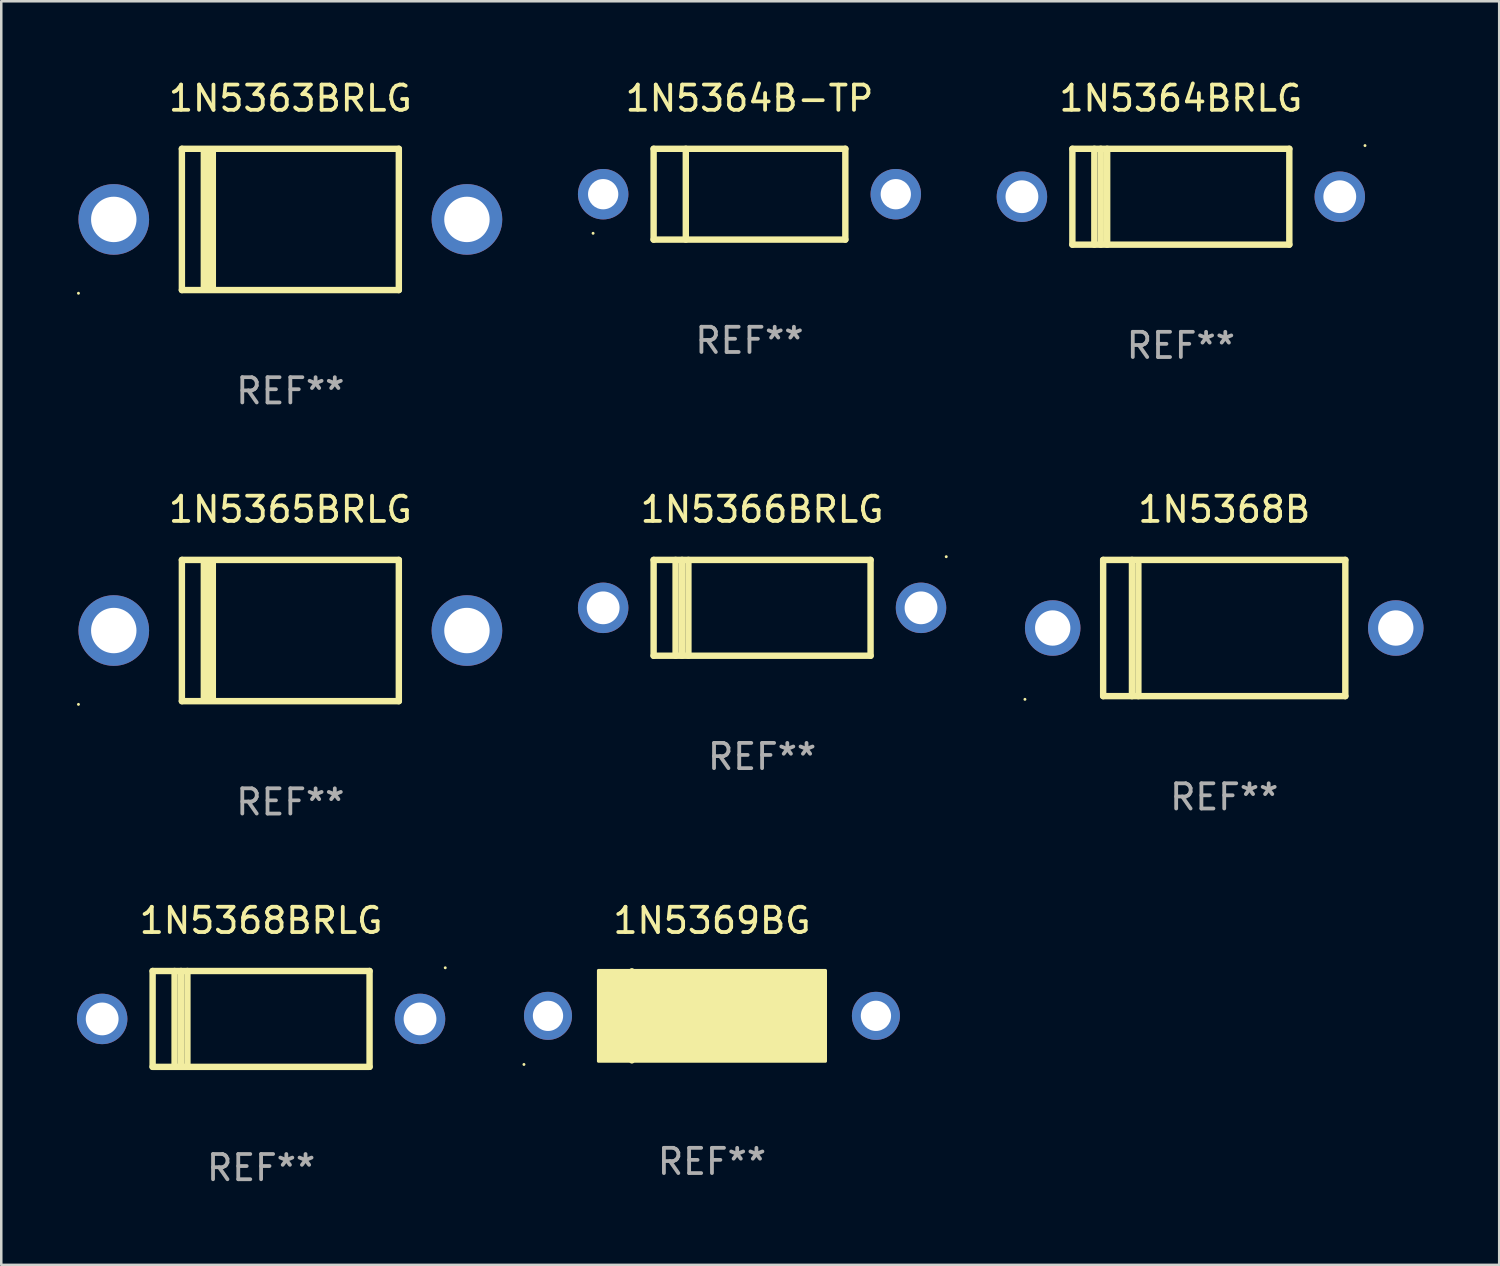
<source format=kicad_pcb>
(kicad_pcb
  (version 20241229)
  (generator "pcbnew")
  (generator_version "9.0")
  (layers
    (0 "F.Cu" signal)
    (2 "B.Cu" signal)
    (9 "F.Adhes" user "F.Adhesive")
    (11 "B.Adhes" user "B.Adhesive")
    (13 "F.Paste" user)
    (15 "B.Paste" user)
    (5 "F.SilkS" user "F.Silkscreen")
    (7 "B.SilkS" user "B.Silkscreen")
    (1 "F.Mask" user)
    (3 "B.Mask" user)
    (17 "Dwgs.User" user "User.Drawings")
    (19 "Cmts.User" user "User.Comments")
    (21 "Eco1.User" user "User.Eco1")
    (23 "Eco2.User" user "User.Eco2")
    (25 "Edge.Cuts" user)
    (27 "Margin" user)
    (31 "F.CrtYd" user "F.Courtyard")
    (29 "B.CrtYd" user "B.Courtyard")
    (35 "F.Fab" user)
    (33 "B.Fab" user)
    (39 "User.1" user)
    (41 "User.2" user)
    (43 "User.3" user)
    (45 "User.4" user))
  (footprint "1N5368BRLG"
    (layer "F.Cu")
    (at 7.3 37.341)
    (property "Reference" "1N5368BRLG" (at 0 -3.9 0) (layer "F.SilkS") (effects (font (size 1 1) (thickness 0.15))))
    (attr through_hole)
    (fp_line (start -4.3 -1.9) (end 4.3 -1.9) (stroke (width 0.254) (type solid)) (layer "F.SilkS"))
    (fp_line (start -4.3 1.9) (end -4.3 -1.9) (stroke (width 0.254) (type solid)) (layer "F.SilkS"))
    (fp_line (start -3.429 1.9) (end -3.429 -1.9) (stroke (width 0.254) (type solid)) (layer "F.SilkS"))
    (fp_line (start -3.175 1.9) (end -3.175 -1.9) (stroke (width 0.254) (type solid)) (layer "F.SilkS"))
    (fp_line (start -2.921 1.9) (end -2.921 -1.9) (stroke (width 0.254) (type solid)) (layer "F.SilkS"))
    (fp_line (start 4.3 -1.9) (end 4.3 1.9) (stroke (width 0.254) (type solid)) (layer "F.SilkS"))
    (fp_line (start 4.3 1.9) (end -4.3 1.9) (stroke (width 0.254) (type solid)) (layer "F.SilkS"))
    (fp_circle (center 7.3 -2.027) (end 7.33 -2.027) (stroke (width 0.06) (type solid)) (fill no) (layer "F.SilkS"))
    (fp_text user "REF**" (at 0 5.9 0) (layer "F.Fab") (effects (font (size 1 1) (thickness 0.15))))
    (pad "1" thru_hole circle (at 6.3 0) (size 2 2) (drill 1.3) (layers "*.Cu" "*.Mask"))
    (pad "2" thru_hole circle (at -6.3 0) (size 2 2) (drill 1.3) (layers "*.Cu" "*.Mask")))
  (footprint "1N5364B-TP"
    (layer "F.Cu")
    (at 26.66 4.648)
    (property "Reference" "1N5364B-TP" (at 0 -3.8 0) (layer "F.SilkS") (effects (font (size 1 1) (thickness 0.15))))
    (attr through_hole)
    (fp_line (start -3.8 -1.8) (end -3.8 1.8) (stroke (width 0.254) (type solid)) (layer "F.SilkS"))
    (fp_line (start -3.8 -1.8) (end 3.8 -1.8) (stroke (width 0.254) (type solid)) (layer "F.SilkS"))
    (fp_line (start -3.8 1.8) (end 3.8 1.8) (stroke (width 0.254) (type solid)) (layer "F.SilkS"))
    (fp_line (start -2.524 -1.8) (end -2.524 1.8) (stroke (width 0.254) (type solid)) (layer "F.SilkS"))
    (fp_line (start 3.8 -1.8) (end 3.8 1.8) (stroke (width 0.254) (type solid)) (layer "F.SilkS"))
    (fp_circle (center -6.2 1.55) (end -6.17 1.55) (stroke (width 0.06) (type solid)) (fill no) (layer "F.SilkS"))
    (fp_text user "REF**" (at 0 5.8 0) (layer "F.Fab") (effects (font (size 1 1) (thickness 0.15))))
    (pad "1" thru_hole circle (at -5.8 0) (size 2 2) (drill 1.2) (layers "*.Cu" "*.Mask"))
    (pad "2" thru_hole circle (at 5.8 0) (size 2 2) (drill 1.2) (layers "*.Cu" "*.Mask")))
  (footprint "1N5369BG"
    (layer "F.Cu")
    (at 25.173 37.219)
    (property "Reference" "1N5369BG" (at 0 -3.778 0) (layer "F.SilkS") (effects (font (size 1 1) (thickness 0.15))))
    (attr through_hole)
    (fp_line (start -3.175 1.778) (end -3.175 -1.778) (stroke (width 0.229) (type solid)) (layer "F.SilkS"))
    (fp_circle (center -7.453 1.927) (end -7.423 1.927) (stroke (width 0.06) (type solid)) (fill no) (layer "F.SilkS"))
    (fp_poly (pts (xy -4.5 -1.8) (xy 4.5 -1.8) (xy 4.5 1.8) (xy -4.5 1.8)) (stroke (width 0.12) (type solid)) (fill yes) (layer "F.SilkS"))
    (fp_text user "REF**" (at 0 5.778 0) (layer "F.Fab") (effects (font (size 1 1) (thickness 0.15))))
    (pad "1" thru_hole circle (at -6.5 0.000254) (size 1.905 1.905) (drill 1.2) (layers "*.Cu" "*.Mask"))
    (pad "2" thru_hole circle (at 6.5 0.000254) (size 1.905 1.905) (drill 1.2) (layers "*.Cu" "*.Mask")))
  (footprint "1N5368B"
    (layer "F.Cu")
    (at 45.48 21.845)
    (property "Reference" "1N5368B" (at 0 -4.7 0) (layer "F.SilkS") (effects (font (size 1 1) (thickness 0.15))))
    (attr through_hole)
    (fp_line (start -4.8 -2.7) (end 4.8 -2.7) (stroke (width 0.254) (type solid)) (layer "F.SilkS"))
    (fp_line (start -4.8 2.7) (end -4.8 -2.7) (stroke (width 0.254) (type solid)) (layer "F.SilkS"))
    (fp_line (start -3.658 2.7) (end -3.658 -2.7) (stroke (width 0.254) (type solid)) (layer "F.SilkS"))
    (fp_line (start -3.404 2.7) (end -3.404 -2.54) (stroke (width 0.254) (type solid)) (layer "F.SilkS"))
    (fp_line (start 4.8 2.7) (end -4.8 2.7) (stroke (width 0.254) (type solid)) (layer "F.SilkS"))
    (fp_line (start 4.8 2.7) (end 4.8 -2.7) (stroke (width 0.254) (type solid)) (layer "F.SilkS"))
    (fp_circle (center -7.9 2.827) (end -7.87 2.827) (stroke (width 0.06) (type solid)) (fill no) (layer "F.SilkS"))
    (fp_text user "REF**" (at 0 6.7 0) (layer "F.Fab") (effects (font (size 1 1) (thickness 0.15))))
    (pad "1" thru_hole circle (at -6.8 0) (size 2.2 2.2) (drill 1.4) (layers "*.Cu" "*.Mask"))
    (pad "2" thru_hole circle (at 6.8 0) (size 2.2 2.2) (drill 1.4) (layers "*.Cu" "*.Mask")))
  (footprint "1N5365BRLG"
    (layer "F.Cu")
    (at 8.46 21.945)
    (property "Reference" "1N5365BRLG" (at 0 -4.8 0) (layer "F.SilkS") (effects (font (size 1 1) (thickness 0.15))))
    (attr through_hole)
    (fp_line (start -4.3 -2.8) (end -4.3 2.8) (stroke (width 0.254) (type solid)) (layer "F.SilkS"))
    (fp_line (start -4.3 -2.8) (end 4.3 -2.8) (stroke (width 0.254) (type solid)) (layer "F.SilkS"))
    (fp_line (start -4.3 2.8) (end 4.3 2.8) (stroke (width 0.254) (type solid)) (layer "F.SilkS"))
    (fp_line (start -3.442 2.667) (end -3.442 -2.667) (stroke (width 0.229) (type solid)) (layer "F.SilkS"))
    (fp_line (start -3.315 2.667) (end -3.315 -2.667) (stroke (width 0.229) (type solid)) (layer "F.SilkS"))
    (fp_line (start -3.188 2.667) (end -3.188 -2.667) (stroke (width 0.229) (type solid)) (layer "F.SilkS"))
    (fp_line (start -3.061 2.667) (end -3.061 -2.667) (stroke (width 0.229) (type solid)) (layer "F.SilkS"))
    (fp_line (start 4.3 -2.8) (end 4.3 2.8) (stroke (width 0.254) (type solid)) (layer "F.SilkS"))
    (fp_circle (center -8.4 2.927) (end -8.37 2.927) (stroke (width 0.06) (type solid)) (fill no) (layer "F.SilkS"))
    (fp_text user "REF**" (at 0 6.8 0) (layer "F.Fab") (effects (font (size 1 1) (thickness 0.15))))
    (pad "1" thru_hole circle (at -7 0) (size 2.8 2.8) (drill 1.8) (layers "*.Cu" "*.Mask"))
    (pad "2" thru_hole circle (at 7 0) (size 2.8 2.8) (drill 1.8) (layers "*.Cu" "*.Mask")))
  (footprint "1N5366BRLG"
    (layer "F.Cu")
    (at 27.16 21.045)
    (property "Reference" "1N5366BRLG" (at 0 -3.9 0) (layer "F.SilkS") (effects (font (size 1 1) (thickness 0.15))))
    (attr through_hole)
    (fp_line (start -4.3 -1.9) (end 4.3 -1.9) (stroke (width 0.254) (type solid)) (layer "F.SilkS"))
    (fp_line (start -4.3 1.9) (end -4.3 -1.9) (stroke (width 0.254) (type solid)) (layer "F.SilkS"))
    (fp_line (start -3.429 1.9) (end -3.429 -1.9) (stroke (width 0.254) (type solid)) (layer "F.SilkS"))
    (fp_line (start -3.175 1.9) (end -3.175 -1.9) (stroke (width 0.254) (type solid)) (layer "F.SilkS"))
    (fp_line (start -2.921 1.9) (end -2.921 -1.9) (stroke (width 0.254) (type solid)) (layer "F.SilkS"))
    (fp_line (start 4.3 -1.9) (end 4.3 1.9) (stroke (width 0.254) (type solid)) (layer "F.SilkS"))
    (fp_line (start 4.3 1.9) (end -4.3 1.9) (stroke (width 0.254) (type solid)) (layer "F.SilkS"))
    (fp_circle (center 7.3 -2.027) (end 7.33 -2.027) (stroke (width 0.06) (type solid)) (fill no) (layer "F.SilkS"))
    (fp_text user "REF**" (at 0 5.9 0) (layer "F.Fab") (effects (font (size 1 1) (thickness 0.15))))
    (pad "1" thru_hole circle (at 6.3 0) (size 2 2) (drill 1.3) (layers "*.Cu" "*.Mask"))
    (pad "2" thru_hole circle (at -6.3 0) (size 2 2) (drill 1.3) (layers "*.Cu" "*.Mask")))
  (footprint "1N5364BRLG"
    (layer "F.Cu")
    (at 43.76 4.748)
    (property "Reference" "1N5364BRLG" (at 0 -3.9 0) (layer "F.SilkS") (effects (font (size 1 1) (thickness 0.15))))
    (attr through_hole)
    (fp_line (start -4.3 -1.9) (end 4.3 -1.9) (stroke (width 0.254) (type solid)) (layer "F.SilkS"))
    (fp_line (start -4.3 1.9) (end -4.3 -1.9) (stroke (width 0.254) (type solid)) (layer "F.SilkS"))
    (fp_line (start -3.429 1.9) (end -3.429 -1.9) (stroke (width 0.254) (type solid)) (layer "F.SilkS"))
    (fp_line (start -3.175 1.9) (end -3.175 -1.9) (stroke (width 0.254) (type solid)) (layer "F.SilkS"))
    (fp_line (start -2.921 1.9) (end -2.921 -1.9) (stroke (width 0.254) (type solid)) (layer "F.SilkS"))
    (fp_line (start 4.3 -1.9) (end 4.3 1.9) (stroke (width 0.254) (type solid)) (layer "F.SilkS"))
    (fp_line (start 4.3 1.9) (end -4.3 1.9) (stroke (width 0.254) (type solid)) (layer "F.SilkS"))
    (fp_circle (center 7.3 -2.027) (end 7.33 -2.027) (stroke (width 0.06) (type solid)) (fill no) (layer "F.SilkS"))
    (fp_text user "REF**" (at 0 5.9 0) (layer "F.Fab") (effects (font (size 1 1) (thickness 0.15))))
    (pad "1" thru_hole circle (at 6.3 0) (size 2 2) (drill 1.3) (layers "*.Cu" "*.Mask"))
    (pad "2" thru_hole circle (at -6.3 0) (size 2 2) (drill 1.3) (layers "*.Cu" "*.Mask")))
  (footprint "1N5363BRLG"
    (layer "F.Cu")
    (at 8.46 5.648)
    (property "Reference" "1N5363BRLG" (at 0 -4.8 0) (layer "F.SilkS") (effects (font (size 1 1) (thickness 0.15))))
    (attr through_hole)
    (fp_line (start -4.3 -2.8) (end -4.3 2.8) (stroke (width 0.254) (type solid)) (layer "F.SilkS"))
    (fp_line (start -4.3 -2.8) (end 4.3 -2.8) (stroke (width 0.254) (type solid)) (layer "F.SilkS"))
    (fp_line (start -4.3 2.8) (end 4.3 2.8) (stroke (width 0.254) (type solid)) (layer "F.SilkS"))
    (fp_line (start -3.442 2.667) (end -3.442 -2.667) (stroke (width 0.229) (type solid)) (layer "F.SilkS"))
    (fp_line (start -3.315 2.667) (end -3.315 -2.667) (stroke (width 0.229) (type solid)) (layer "F.SilkS"))
    (fp_line (start -3.188 2.667) (end -3.188 -2.667) (stroke (width 0.229) (type solid)) (layer "F.SilkS"))
    (fp_line (start -3.061 2.667) (end -3.061 -2.667) (stroke (width 0.229) (type solid)) (layer "F.SilkS"))
    (fp_line (start 4.3 -2.8) (end 4.3 2.8) (stroke (width 0.254) (type solid)) (layer "F.SilkS"))
    (fp_circle (center -8.4 2.927) (end -8.37 2.927) (stroke (width 0.06) (type solid)) (fill no) (layer "F.SilkS"))
    (fp_text user "REF**" (at 0 6.8 0) (layer "F.Fab") (effects (font (size 1 1) (thickness 0.15))))
    (pad "1" thru_hole circle (at -7 0) (size 2.8 2.8) (drill 1.8) (layers "*.Cu" "*.Mask"))
    (pad "2" thru_hole circle (at 7 0) (size 2.8 2.8) (drill 1.8) (layers "*.Cu" "*.Mask")))
  (gr_rect
    (start -3 -3)
    (end 56.38 47.09)
    (stroke (width 0.1) (type default))
    (fill no)
    (layer "Edge.Cuts")))
</source>
